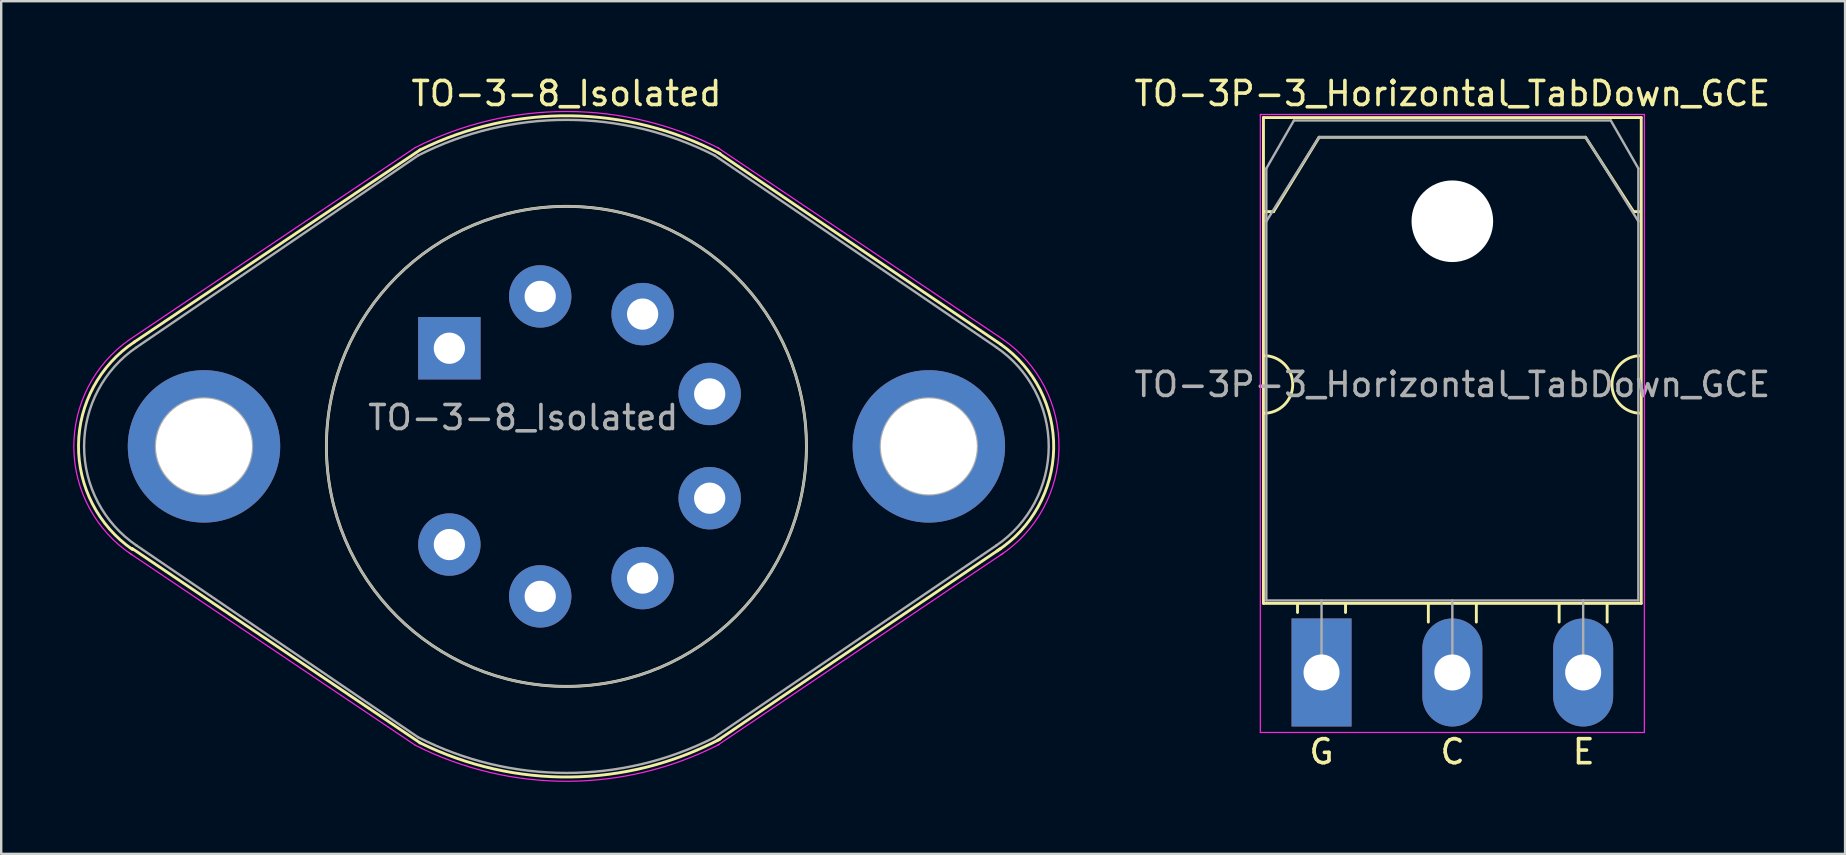
<source format=kicad_pcb>
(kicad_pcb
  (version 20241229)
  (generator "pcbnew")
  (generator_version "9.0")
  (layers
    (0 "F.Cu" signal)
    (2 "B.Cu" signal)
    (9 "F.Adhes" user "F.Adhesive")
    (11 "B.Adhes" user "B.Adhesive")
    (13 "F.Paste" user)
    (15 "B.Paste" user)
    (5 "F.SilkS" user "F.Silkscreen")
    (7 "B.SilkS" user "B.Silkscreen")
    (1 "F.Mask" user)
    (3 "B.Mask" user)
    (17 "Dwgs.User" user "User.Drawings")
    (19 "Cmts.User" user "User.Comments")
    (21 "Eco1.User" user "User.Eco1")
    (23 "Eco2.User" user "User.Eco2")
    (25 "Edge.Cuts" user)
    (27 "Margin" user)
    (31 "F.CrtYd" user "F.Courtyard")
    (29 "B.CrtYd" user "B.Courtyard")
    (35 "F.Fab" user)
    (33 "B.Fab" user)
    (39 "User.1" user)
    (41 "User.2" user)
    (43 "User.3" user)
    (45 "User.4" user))
  (footprint "TO-3-8_Isolated"
    (layer "F.Cu")
    (at 15.672 11.459)
    (property "Reference" "TO-3-8_Isolated" (at 4.877 -10.611 0) (layer "F.SilkS") (effects (font (size 1 1) (thickness 0.15))))
    (attr through_hole)
    (fp_line (start -1.223 -8.261) (end -13.123 -0.261) (stroke (width 0.12) (type solid)) (layer "F.SilkS"))
    (fp_line (start -1.223 16.439) (end -13.223 8.339) (stroke (width 0.12) (type solid)) (layer "F.SilkS"))
    (fp_line (start 11.177 -8.161) (end 22.977 -0.161) (stroke (width 0.12) (type solid)) (layer "F.SilkS"))
    (fp_line (start 11.177 16.339) (end 22.977 8.339) (stroke (width 0.12) (type solid)) (layer "F.SilkS"))
    (fp_arc (start -13.200167 8.387094) (mid -15.451043 4.042871) (end -13.1232 -0.2606) (stroke (width 0.12) (type solid)) (layer "F.SilkS"))
    (fp_arc (start -1.2232 -8.2606) (mid 5.048443 -9.683873) (end 11.28267 -8.104752) (stroke (width 0.12) (type solid)) (layer "F.SilkS"))
    (fp_arc (start 11.28267 16.283552) (mid 5.048443 17.862673) (end -1.2232 16.4394) (stroke (width 0.12) (type solid)) (layer "F.SilkS"))
    (fp_arc (start 22.9768 -0.1606) (mid 25.178143 4.181788) (end 22.823976 8.443259) (stroke (width 0.12) (type solid)) (layer "F.SilkS"))
    (fp_circle (center 4.877 4.089) (end 14.877 4.039) (stroke (width 0.12) (type solid)) (fill no) (layer "F.SilkS"))
    (fp_line (start -1.423 -8.361) (end -13.323 -0.361) (stroke (width 0.05) (type solid)) (layer "F.CrtYd"))
    (fp_line (start -1.423 16.539) (end -13.323 8.539) (stroke (width 0.05) (type solid)) (layer "F.CrtYd"))
    (fp_line (start 11.177 -8.361) (end 23.077 -0.361) (stroke (width 0.05) (type solid)) (layer "F.CrtYd"))
    (fp_line (start 11.177 16.539) (end 23.077 8.539) (stroke (width 0.05) (type solid)) (layer "F.CrtYd"))
    (fp_arc (start -13.219519 8.609861) (mid -15.646167 4.152079) (end -13.3232 -0.3606) (stroke (width 0.05) (type solid)) (layer "F.CrtYd"))
    (fp_arc (start -1.4232 -8.3606) (mid 4.91564 -9.863771) (end 11.246014 -8.325333) (stroke (width 0.05) (type solid)) (layer "F.CrtYd"))
    (fp_arc (start 11.246014 16.504133) (mid 4.91564 18.042571) (end -1.4232 16.5394) (stroke (width 0.05) (type solid)) (layer "F.CrtYd"))
    (fp_arc (start 23.0768 -0.3606) (mid 25.399767 4.152079) (end 22.973119 8.609861) (stroke (width 0.05) (type solid)) (layer "F.CrtYd"))
    (fp_line (start -1.303 -8.031) (end -13.033 -0.041) (stroke (width 0.1) (type solid)) (layer "F.Fab"))
    (fp_line (start -1.303 16.209) (end -13.033 8.219) (stroke (width 0.1) (type solid)) (layer "F.Fab"))
    (fp_line (start 11.057 -8.031) (end 22.787 -0.041) (stroke (width 0.1) (type solid)) (layer "F.Fab"))
    (fp_line (start 11.057 16.199) (end 22.787 8.219) (stroke (width 0.1) (type solid)) (layer "F.Fab"))
    (fp_arc (start -13.028747 8.222426) (mid -15.218497 4.092092) (end -13.0332 -0.0406) (stroke (width 0.1) (type solid)) (layer "F.Fab"))
    (fp_arc (start -1.3032 -8.0306) (mid 4.872745 -9.51526) (end 11.049573 -8.034282) (stroke (width 0.1) (type solid)) (layer "F.Fab"))
    (fp_arc (start 11.049573 16.213082) (mid 4.872745 17.69406) (end -1.3032 16.2094) (stroke (width 0.1) (type solid)) (layer "F.Fab"))
    (fp_arc (start 22.7868 -0.0406) (mid 24.972097 4.092092) (end 22.782347 8.222426) (stroke (width 0.1) (type solid)) (layer "F.Fab"))
    (fp_circle (center -10.223 4.089) (end -12.223 4.089) (stroke (width 0.1) (type solid)) (fill no) (layer "F.Fab"))
    (fp_circle (center 4.877 4.089) (end 14.877 4.089) (stroke (width 0.1) (type solid)) (fill no) (layer "F.Fab"))
    (fp_circle (center 19.977 4.089) (end 21.977 4.089) (stroke (width 0.1) (type solid)) (fill no) (layer "F.Fab"))
    (fp_text user "${REFERENCE}" (at 3.077 2.889 0) (layer "F.Fab") (effects (font (size 1 1) (thickness 0.15))))
    (pad "" thru_hole circle (at -10.223 4.089) (size 6.35 6.35) (drill 4) (layers "*.Cu" "*.Mask"))
    (pad "" thru_hole circle (at 19.977 4.089) (size 6.35 6.35) (drill 4) (layers "*.Cu" "*.Mask"))
    (pad "1" thru_hole rect (at 0 0) (size 2.6 2.6) (drill 1.3) (layers "*.Cu" "*.Mask"))
    (pad "2" thru_hole circle (at 3.785 -2.159) (size 2.6 2.6) (drill 1.3) (layers "*.Cu" "*.Mask"))
    (pad "3" thru_hole circle (at 8.052 -1.422) (size 2.6 2.6) (drill 1.3) (layers "*.Cu" "*.Mask"))
    (pad "4" thru_hole circle (at 10.846 1.905) (size 2.6 2.6) (drill 1.3) (layers "*.Cu" "*.Mask"))
    (pad "5" thru_hole circle (at 10.846 6.248) (size 2.6 2.6) (drill 1.3) (layers "*.Cu" "*.Mask"))
    (pad "6" thru_hole circle (at 8.052 9.576) (size 2.6 2.6) (drill 1.3) (layers "*.Cu" "*.Mask"))
    (pad "7" thru_hole circle (at 3.785 10.338) (size 2.6 2.6) (drill 1.3) (layers "*.Cu" "*.Mask"))
    (pad "8" thru_hole circle (at 0 8.179) (size 2.6 2.6) (drill 1.3) (layers "*.Cu" "*.Mask")))
  (footprint "TO-3P-3_Horizontal_TabDown_GCE"
    (layer "F.Cu")
    (at 52.01 24.968)
    (property "Reference" "TO-3P-3_Horizontal_TabDown_GCE" (at 5.45 -24.12 0) (layer "F.SilkS") (effects (font (size 1 1) (thickness 0.15))))
    (fp_line (start -2.42 -23.12) (end -2.42 -2.88) (stroke (width 0.12) (type solid)) (layer "F.SilkS"))
    (fp_line (start -2.42 -23.12) (end 13.32 -23.12) (stroke (width 0.12) (type solid)) (layer "F.SilkS"))
    (fp_line (start -2.42 -2.88) (end 13.32 -2.88) (stroke (width 0.12) (type solid)) (layer "F.SilkS"))
    (fp_line (start -2 -19.2) (end -2.4 -19.2) (stroke (width 0.12) (type solid)) (layer "F.SilkS"))
    (fp_line (start -2 -19.2) (end -0.1 -22.3) (stroke (width 0.12) (type solid)) (layer "F.SilkS"))
    (fp_line (start -1 -2.85) (end -1 -2.5) (stroke (width 0.12) (type solid)) (layer "F.SilkS"))
    (fp_line (start -0.1 -22.3) (end 11 -22.3) (stroke (width 0.12) (type solid)) (layer "F.SilkS"))
    (fp_line (start 1 -2.85) (end 1 -2.5) (stroke (width 0.12) (type solid)) (layer "F.SilkS"))
    (fp_line (start 4.45 -2.85) (end 4.45 -2.1) (stroke (width 0.12) (type solid)) (layer "F.SilkS"))
    (fp_line (start 6.45 -2.85) (end 6.45 -2.1) (stroke (width 0.12) (type solid)) (layer "F.SilkS"))
    (fp_line (start 9.9 -2.85) (end 9.9 -2.1) (stroke (width 0.12) (type solid)) (layer "F.SilkS"))
    (fp_line (start 11 -22.3) (end 13 -19.2) (stroke (width 0.12) (type solid)) (layer "F.SilkS"))
    (fp_line (start 11.9 -2.85) (end 11.9 -2.1) (stroke (width 0.12) (type solid)) (layer "F.SilkS"))
    (fp_line (start 13 -19.2) (end 13.3 -19.2) (stroke (width 0.12) (type solid)) (layer "F.SilkS"))
    (fp_line (start 13.32 -23.12) (end 13.32 -2.88) (stroke (width 0.12) (type solid)) (layer "F.SilkS"))
    (fp_arc (start -2.4 -13.2) (mid -1.2 -12) (end -2.4 -10.8) (stroke (width 0.12) (type solid)) (layer "F.SilkS"))
    (fp_arc (start 13.3 -10.8) (mid 12.1 -12) (end 13.3 -13.2) (stroke (width 0.12) (type solid)) (layer "F.SilkS"))
    (fp_line (start -2.55 -23.25) (end -2.55 2.5) (stroke (width 0.05) (type solid)) (layer "F.CrtYd"))
    (fp_line (start -2.55 2.5) (end 13.45 2.5) (stroke (width 0.05) (type solid)) (layer "F.CrtYd"))
    (fp_line (start 13.45 -23.25) (end -2.55 -23.25) (stroke (width 0.05) (type solid)) (layer "F.CrtYd"))
    (fp_line (start 13.45 2.5) (end 13.45 -23.25) (stroke (width 0.05) (type solid)) (layer "F.CrtYd"))
    (fp_line (start -2.3 -21) (end -1.15 -23) (stroke (width 0.1) (type solid)) (layer "F.Fab"))
    (fp_line (start -2.3 -18.8) (end -2.3 -21) (stroke (width 0.1) (type solid)) (layer "F.Fab"))
    (fp_line (start -2.3 -18.8) (end -0.11 -22.3) (stroke (width 0.1) (type solid)) (layer "F.Fab"))
    (fp_line (start -2.3 -3) (end -2.3 -18.8) (stroke (width 0.1) (type solid)) (layer "F.Fab"))
    (fp_line (start -1.15 -23) (end 12.05 -23) (stroke (width 0.1) (type solid)) (layer "F.Fab"))
    (fp_line (start -0.11 -22.3) (end 11.01 -22.3) (stroke (width 0.1) (type solid)) (layer "F.Fab"))
    (fp_line (start 0 -3) (end 0 0) (stroke (width 0.1) (type solid)) (layer "F.Fab"))
    (fp_line (start 5.45 -3) (end 5.45 0) (stroke (width 0.1) (type solid)) (layer "F.Fab"))
    (fp_line (start 10.9 -3) (end 10.9 0) (stroke (width 0.1) (type solid)) (layer "F.Fab"))
    (fp_line (start 11.01 -22.3) (end 13.2 -18.8) (stroke (width 0.1) (type solid)) (layer "F.Fab"))
    (fp_line (start 12.05 -23) (end 13.2 -21) (stroke (width 0.1) (type solid)) (layer "F.Fab"))
    (fp_line (start 13.2 -21) (end 13.2 -18.8) (stroke (width 0.1) (type solid)) (layer "F.Fab"))
    (fp_line (start 13.2 -18.8) (end 13.2 -3) (stroke (width 0.1) (type solid)) (layer "F.Fab"))
    (fp_line (start 13.2 -3) (end -2.3 -3) (stroke (width 0.1) (type solid)) (layer "F.Fab"))
    (fp_circle (center 5.45 -18.8) (end 7.05 -18.8) (stroke (width 0.1) (type solid)) (fill no) (layer "F.Fab"))
    (fp_text user "E" (at 10.922 3.302 0) (layer "F.SilkS") (effects (font (size 1 1) (thickness 0.15))))
    (fp_text user "G" (at 0 3.302 0) (layer "F.SilkS") (effects (font (size 1 1) (thickness 0.15))))
    (fp_text user "C" (at 5.461 3.302 0) (layer "F.SilkS") (effects (font (size 1 1) (thickness 0.15))))
    (fp_text user "${REFERENCE}" (at 5.45 -12 0) (layer "F.Fab") (effects (font (size 1 1) (thickness 0.15))))
    (pad "" np_thru_hole oval (at 5.45 -18.8) (size 3.4 3.4) (drill 3.4) (layers "*.Cu" "*.Mask"))
    (pad "1" thru_hole rect (at 0 0) (size 2.5 4.5) (drill 1.5) (layers "*.Cu" "*.Mask"))
    (pad "2" thru_hole oval (at 5.45 0) (size 2.5 4.5) (drill 1.5) (layers "*.Cu" "*.Mask"))
    (pad "3" thru_hole oval (at 10.9 0) (size 2.5 4.5) (drill 1.5) (layers "*.Cu" "*.Mask")))
  (gr_rect
    (start -3 -3)
    (end 73.823 32.526)
    (stroke (width 0.1) (type default))
    (fill no)
    (layer "Edge.Cuts")))
</source>
